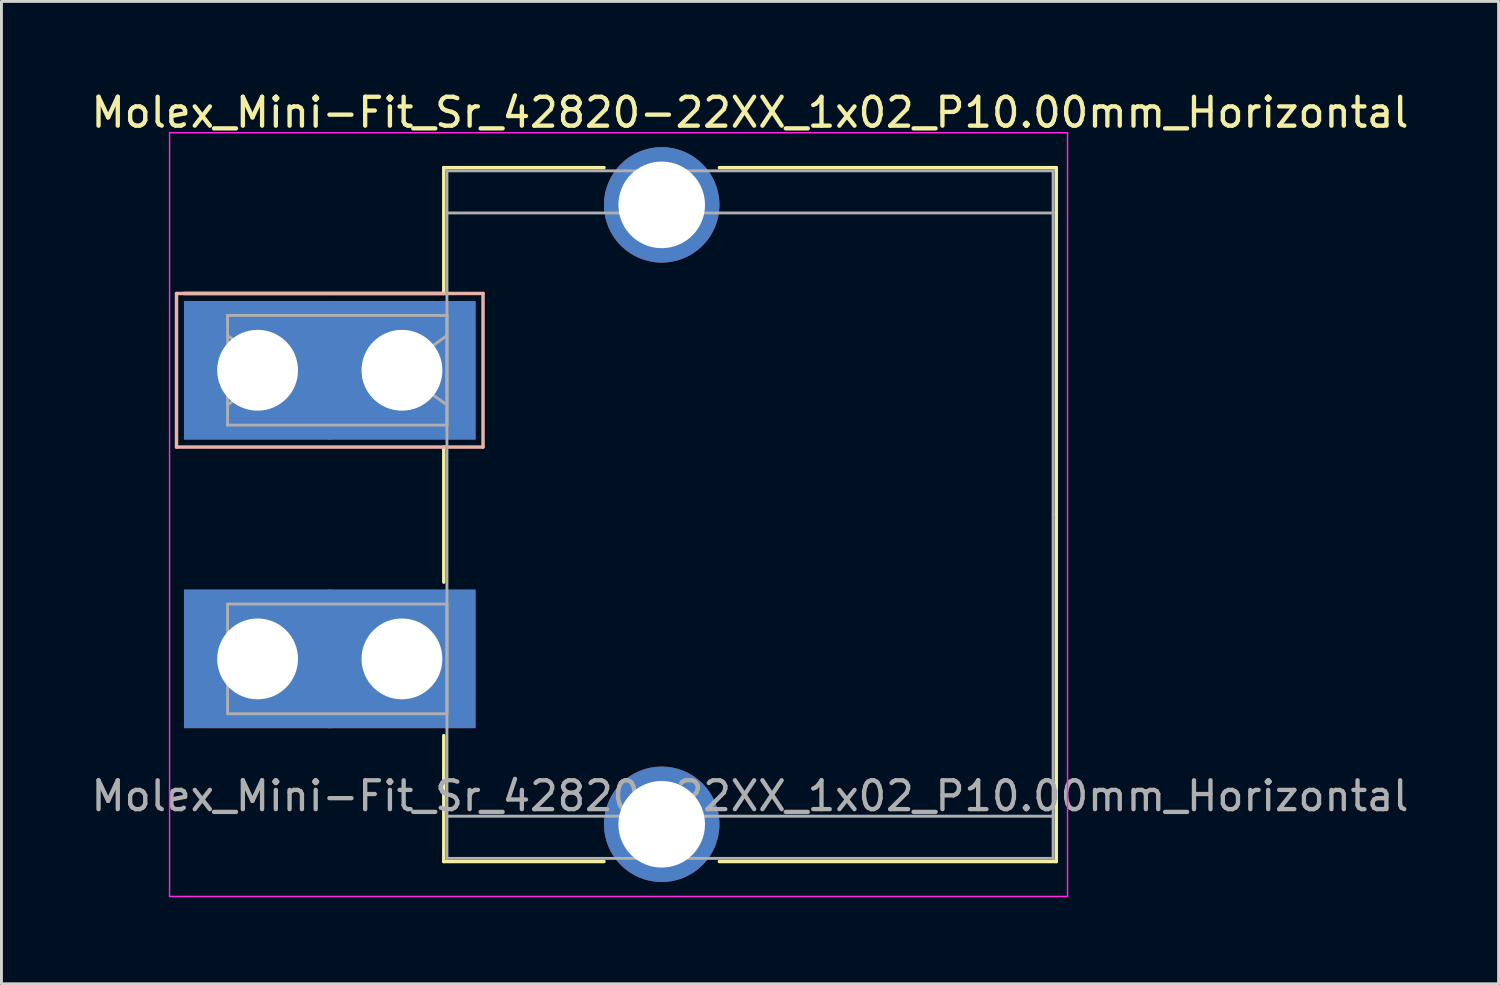
<source format=kicad_pcb>
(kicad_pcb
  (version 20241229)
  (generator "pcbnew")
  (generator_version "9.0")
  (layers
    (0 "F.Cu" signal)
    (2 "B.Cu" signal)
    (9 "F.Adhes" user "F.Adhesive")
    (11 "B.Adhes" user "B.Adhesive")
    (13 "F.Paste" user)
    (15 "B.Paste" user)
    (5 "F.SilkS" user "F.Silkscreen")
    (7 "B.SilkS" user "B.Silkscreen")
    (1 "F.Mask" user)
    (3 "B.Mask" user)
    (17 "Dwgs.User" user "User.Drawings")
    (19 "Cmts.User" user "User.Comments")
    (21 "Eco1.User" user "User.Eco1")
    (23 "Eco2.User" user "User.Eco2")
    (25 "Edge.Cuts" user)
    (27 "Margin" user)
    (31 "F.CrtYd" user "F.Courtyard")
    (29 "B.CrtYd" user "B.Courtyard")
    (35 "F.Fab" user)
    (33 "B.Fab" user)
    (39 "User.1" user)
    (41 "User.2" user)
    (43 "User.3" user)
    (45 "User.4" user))
  (footprint "Molex_Mini-Fit_Sr_42820-22XX_1x02_P10.00mm_Horizontal"
    (layer "F.Cu")
    (at 5.875 9.778)
    (property "Reference" "Molex_Mini-Fit_Sr_42820-22XX_1x02_P10.00mm_Horizontal" (at 17.06 -8.93 0) (layer "F.SilkS") (effects (font (size 1 1) (thickness 0.15))))
    (attr through_hole)
    (fp_line (start 6.45 -7.02) (end 12 -7.02) (stroke (width 0.12) (type solid)) (layer "F.SilkS"))
    (fp_line (start 6.45 -2.66) (end -2.55 -2.66) (stroke (width 0.12) (type solid)) (layer "F.SilkS"))
    (fp_line (start 6.45 -2.66) (end 6.45 -7.02) (stroke (width 0.12) (type solid)) (layer "F.SilkS"))
    (fp_line (start 6.45 2.66) (end 6.45 7.34) (stroke (width 0.12) (type solid)) (layer "F.SilkS"))
    (fp_line (start 6.45 12.66) (end 6.45 17.02) (stroke (width 0.12) (type solid)) (layer "F.SilkS"))
    (fp_line (start 6.45 17.02) (end 12 17.02) (stroke (width 0.12) (type solid)) (layer "F.SilkS"))
    (fp_line (start 16 -7.02) (end 27.67 -7.02) (stroke (width 0.12) (type solid)) (layer "F.SilkS"))
    (fp_line (start 16 17.02) (end 27.67 17.02) (stroke (width 0.12) (type solid)) (layer "F.SilkS"))
    (fp_line (start 27.67 -7.02) (end 27.67 5) (stroke (width 0.12) (type solid)) (layer "F.SilkS"))
    (fp_line (start 27.67 17.02) (end 27.67 5) (stroke (width 0.12) (type solid)) (layer "F.SilkS"))
    (fp_line (start -2.81 -2.66) (end -2.81 2.66) (stroke (width 0.12) (type solid)) (layer "B.SilkS"))
    (fp_line (start -2.81 2.66) (end 7.81 2.66) (stroke (width 0.12) (type solid)) (layer "B.SilkS"))
    (fp_line (start 7.81 -2.66) (end -2.81 -2.66) (stroke (width 0.12) (type solid)) (layer "B.SilkS"))
    (fp_line (start 7.81 2.66) (end 7.81 -2.66) (stroke (width 0.12) (type solid)) (layer "B.SilkS"))
    (fp_line (start -3.05 -8.23) (end -3.05 18.23) (stroke (width 0.05) (type solid)) (layer "F.CrtYd"))
    (fp_line (start -3.05 18.23) (end 28.06 18.23) (stroke (width 0.05) (type solid)) (layer "F.CrtYd"))
    (fp_line (start 28.06 -8.23) (end -3.05 -8.23) (stroke (width 0.05) (type solid)) (layer "F.CrtYd"))
    (fp_line (start 28.06 18.23) (end 28.06 -8.23) (stroke (width 0.05) (type solid)) (layer "F.CrtYd"))
    (fp_line (start -1.04 -1.9) (end 6.56 -1.9) (stroke (width 0.1) (type solid)) (layer "F.Fab"))
    (fp_line (start -1.04 -1.2) (end 0.657 0) (stroke (width 0.1) (type solid)) (layer "F.Fab"))
    (fp_line (start -1.04 1.9) (end -1.04 -1.9) (stroke (width 0.1) (type solid)) (layer "F.Fab"))
    (fp_line (start -1.04 8.1) (end 6.56 8.1) (stroke (width 0.1) (type solid)) (layer "F.Fab"))
    (fp_line (start -1.04 11.9) (end -1.04 8.1) (stroke (width 0.1) (type solid)) (layer "F.Fab"))
    (fp_line (start 0.657 0) (end -1.04 1.2) (stroke (width 0.1) (type solid)) (layer "F.Fab"))
    (fp_line (start 4.863 0) (end 6.56 1.2) (stroke (width 0.1) (type solid)) (layer "F.Fab"))
    (fp_line (start 6.56 -6.91) (end 6.56 16.91) (stroke (width 0.1) (type solid)) (layer "F.Fab"))
    (fp_line (start 6.56 -5.45) (end 27.56 -5.45) (stroke (width 0.1) (type solid)) (layer "F.Fab"))
    (fp_line (start 6.56 -1.9) (end 6.56 1.9) (stroke (width 0.1) (type solid)) (layer "F.Fab"))
    (fp_line (start 6.56 -1.2) (end 4.863 0) (stroke (width 0.1) (type solid)) (layer "F.Fab"))
    (fp_line (start 6.56 1.9) (end -1.04 1.9) (stroke (width 0.1) (type solid)) (layer "F.Fab"))
    (fp_line (start 6.56 8.1) (end 6.56 11.9) (stroke (width 0.1) (type solid)) (layer "F.Fab"))
    (fp_line (start 6.56 11.9) (end -1.04 11.9) (stroke (width 0.1) (type solid)) (layer "F.Fab"))
    (fp_line (start 6.56 15.45) (end 27.56 15.45) (stroke (width 0.1) (type solid)) (layer "F.Fab"))
    (fp_line (start 6.56 16.91) (end 27.56 16.91) (stroke (width 0.1) (type solid)) (layer "F.Fab"))
    (fp_line (start 27.56 -6.91) (end 6.56 -6.91) (stroke (width 0.1) (type solid)) (layer "F.Fab"))
    (fp_line (start 27.56 16.91) (end 27.56 -6.91) (stroke (width 0.1) (type solid)) (layer "F.Fab"))
    (fp_text user "${REFERENCE}" (at 17.06 14.75 0) (layer "F.Fab") (effects (font (size 1 1) (thickness 0.15))))
    (pad "" thru_hole circle (at 14 -5.73) (size 4 4) (drill 3) (layers "*.Cu" "*.Mask"))
    (pad "" thru_hole circle (at 14 15.73) (size 4 4) (drill 3) (layers "*.Cu" "*.Mask"))
    (pad "1" thru_hole rect (at 0 0) (size 5.1 4.8) (drill 2.8) (layers "*.Cu" "*.Mask"))
    (pad "1" thru_hole rect (at 5 0) (size 5.1 4.8) (drill 2.8) (layers "*.Cu" "*.Mask"))
    (pad "2" thru_hole rect (at 0 10) (size 5.1 4.8) (drill 2.8) (layers "*.Cu" "*.Mask"))
    (pad "2" thru_hole rect (at 5 10) (size 5.1 4.8) (drill 2.8) (layers "*.Cu" "*.Mask")))
  (gr_rect
    (start -3 -3)
    (end 48.869 31.033)
    (stroke (width 0.1) (type default))
    (fill no)
    (layer "Edge.Cuts")))
</source>
